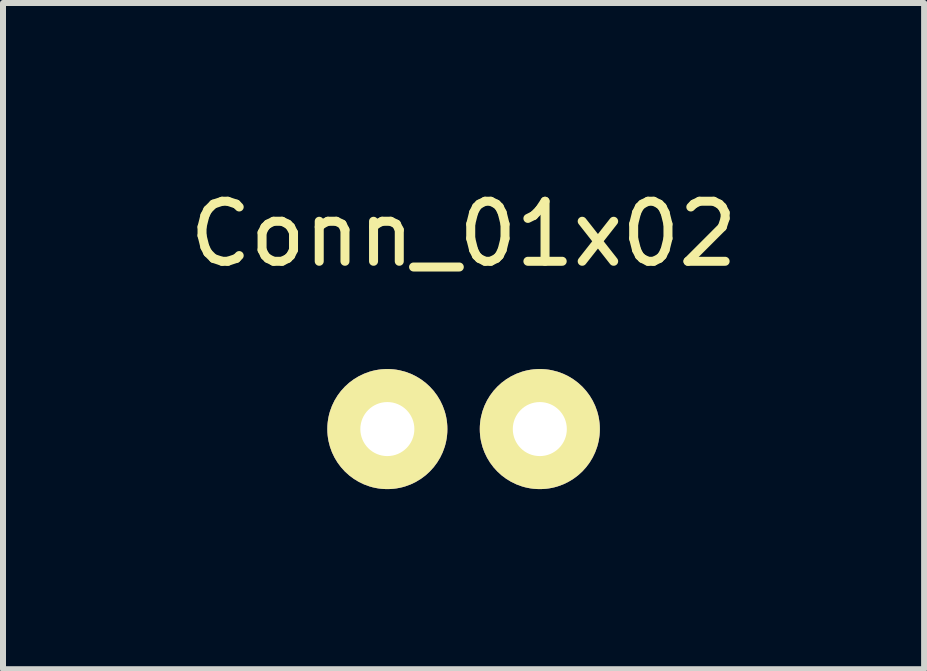
<source format=kicad_pcb>
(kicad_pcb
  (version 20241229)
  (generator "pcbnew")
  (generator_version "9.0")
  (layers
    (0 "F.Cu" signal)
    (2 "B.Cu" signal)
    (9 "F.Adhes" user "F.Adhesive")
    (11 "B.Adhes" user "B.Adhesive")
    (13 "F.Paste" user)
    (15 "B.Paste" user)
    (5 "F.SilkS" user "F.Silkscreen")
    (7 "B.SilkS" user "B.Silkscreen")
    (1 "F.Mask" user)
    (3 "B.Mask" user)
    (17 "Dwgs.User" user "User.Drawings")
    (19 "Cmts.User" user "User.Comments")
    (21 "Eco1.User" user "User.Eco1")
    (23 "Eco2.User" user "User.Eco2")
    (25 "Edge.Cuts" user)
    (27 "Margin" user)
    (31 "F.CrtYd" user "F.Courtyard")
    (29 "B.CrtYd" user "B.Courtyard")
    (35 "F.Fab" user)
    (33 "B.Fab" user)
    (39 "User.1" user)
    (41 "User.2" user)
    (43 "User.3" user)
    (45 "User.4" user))
  (footprint "Conn_01x02"
    (layer "F.Cu")
    (at 4.673 4.098)
    (property "Reference" "Conn_01x02" (at 0 -3.25 0) (layer "F.SilkS") (effects (font (size 1 1) (thickness 0.15))))
    (attr through_hole)
    (pad "1" thru_hole circle (at -1.27 0) (size 2 2) (drill 0.9) (layers "*.Cu" "*.Mask" "F.SilkS"))
    (pad "2" thru_hole circle (at 1.27 0) (size 2 2) (drill 0.9) (layers "*.Cu" "*.Mask" "F.SilkS")))
  (gr_rect
    (start -3 -3)
    (end 12.345 8.098)
    (stroke (width 0.1) (type default))
    (fill no)
    (layer "Edge.Cuts")))
</source>
